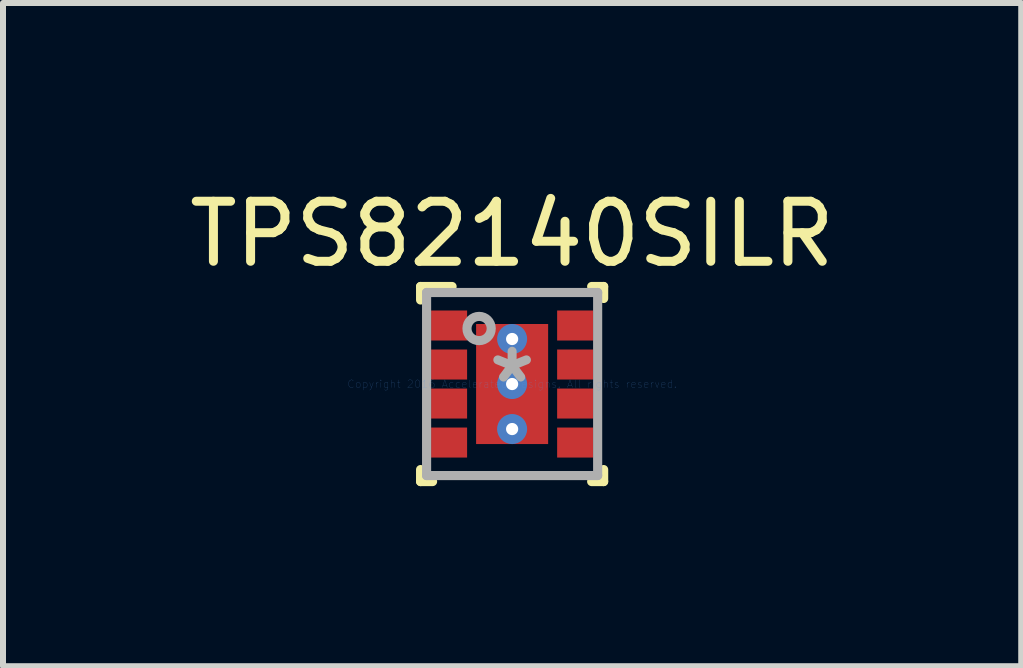
<source format=kicad_pcb>
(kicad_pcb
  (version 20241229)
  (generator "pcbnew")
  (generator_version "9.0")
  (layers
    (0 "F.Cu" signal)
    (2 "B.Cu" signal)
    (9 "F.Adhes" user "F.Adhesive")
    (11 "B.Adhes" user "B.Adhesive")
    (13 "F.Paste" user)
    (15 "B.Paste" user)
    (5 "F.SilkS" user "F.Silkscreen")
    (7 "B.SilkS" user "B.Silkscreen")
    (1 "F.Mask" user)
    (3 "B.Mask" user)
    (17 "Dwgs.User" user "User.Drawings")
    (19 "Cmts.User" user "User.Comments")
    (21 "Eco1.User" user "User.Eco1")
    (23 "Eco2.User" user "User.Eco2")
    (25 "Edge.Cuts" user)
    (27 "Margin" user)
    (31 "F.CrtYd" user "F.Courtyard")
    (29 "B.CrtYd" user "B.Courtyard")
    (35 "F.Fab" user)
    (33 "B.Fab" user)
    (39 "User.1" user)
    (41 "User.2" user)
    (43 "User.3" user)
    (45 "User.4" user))
  (footprint "TPS82140SILR"
    (layer "F.Cu")
    (at 5.482 3.348)
    (property "Reference" "TPS82140SILR" (at 0 -2.5 0) (layer "F.SilkS") (effects (font (size 1 1) (thickness 0.15))))
    (attr through_hole)
    (fp_line (start -1.525 -1.625) (end -1 -1.625) (stroke (width 0.152) (type solid)) (layer "F.SilkS"))
    (fp_line (start -1.525 -1.4) (end -1.525 -1.625) (stroke (width 0.152) (type solid)) (layer "F.SilkS"))
    (fp_line (start -1.525 1.625) (end -1.525 1.425) (stroke (width 0.152) (type solid)) (layer "F.SilkS"))
    (fp_line (start -1.525 1.625) (end -1.325 1.625) (stroke (width 0.152) (type solid)) (layer "F.SilkS"))
    (fp_line (start 1.325 -1.625) (end 1.525 -1.625) (stroke (width 0.152) (type solid)) (layer "F.SilkS"))
    (fp_line (start 1.325 1.625) (end 1.525 1.625) (stroke (width 0.152) (type solid)) (layer "F.SilkS"))
    (fp_line (start 1.525 -1.425) (end 1.525 -1.625) (stroke (width 0.152) (type solid)) (layer "F.SilkS"))
    (fp_line (start 1.525 1.625) (end 1.525 1.425) (stroke (width 0.152) (type solid)) (layer "F.SilkS"))
    (fp_line (start -0.52 -0.899) (end -0.519 -0.909) (stroke (width 0.152) (type solid)) (layer "F.Paste"))
    (fp_line (start -0.52 -0.151) (end -0.52 -0.899) (stroke (width 0.152) (type solid)) (layer "F.Paste"))
    (fp_line (start -0.52 0.151) (end -0.519 0.141) (stroke (width 0.152) (type solid)) (layer "F.Paste"))
    (fp_line (start -0.52 0.899) (end -0.52 0.151) (stroke (width 0.152) (type solid)) (layer "F.Paste"))
    (fp_line (start -0.519 -0.909) (end -0.516 -0.919) (stroke (width 0.152) (type solid)) (layer "F.Paste"))
    (fp_line (start -0.519 -0.141) (end -0.52 -0.151) (stroke (width 0.152) (type solid)) (layer "F.Paste"))
    (fp_line (start -0.519 0.141) (end -0.516 0.131) (stroke (width 0.152) (type solid)) (layer "F.Paste"))
    (fp_line (start -0.519 0.909) (end -0.52 0.899) (stroke (width 0.152) (type solid)) (layer "F.Paste"))
    (fp_line (start -0.516 -0.919) (end -0.511 -0.927) (stroke (width 0.152) (type solid)) (layer "F.Paste"))
    (fp_line (start -0.516 -0.131) (end -0.519 -0.141) (stroke (width 0.152) (type solid)) (layer "F.Paste"))
    (fp_line (start -0.516 0.131) (end -0.511 0.123) (stroke (width 0.152) (type solid)) (layer "F.Paste"))
    (fp_line (start -0.516 0.919) (end -0.519 0.909) (stroke (width 0.152) (type solid)) (layer "F.Paste"))
    (fp_line (start -0.511 -0.927) (end -0.505 -0.935) (stroke (width 0.152) (type solid)) (layer "F.Paste"))
    (fp_line (start -0.511 -0.123) (end -0.516 -0.131) (stroke (width 0.152) (type solid)) (layer "F.Paste"))
    (fp_line (start -0.511 0.123) (end -0.505 0.115) (stroke (width 0.152) (type solid)) (layer "F.Paste"))
    (fp_line (start -0.511 0.927) (end -0.516 0.919) (stroke (width 0.152) (type solid)) (layer "F.Paste"))
    (fp_line (start -0.505 -0.935) (end -0.497 -0.941) (stroke (width 0.152) (type solid)) (layer "F.Paste"))
    (fp_line (start -0.505 -0.115) (end -0.511 -0.123) (stroke (width 0.152) (type solid)) (layer "F.Paste"))
    (fp_line (start -0.505 0.115) (end -0.497 0.109) (stroke (width 0.152) (type solid)) (layer "F.Paste"))
    (fp_line (start -0.505 0.935) (end -0.511 0.927) (stroke (width 0.152) (type solid)) (layer "F.Paste"))
    (fp_line (start -0.497 -0.941) (end -0.489 -0.946) (stroke (width 0.152) (type solid)) (layer "F.Paste"))
    (fp_line (start -0.497 -0.109) (end -0.505 -0.115) (stroke (width 0.152) (type solid)) (layer "F.Paste"))
    (fp_line (start -0.497 0.109) (end -0.489 0.104) (stroke (width 0.152) (type solid)) (layer "F.Paste"))
    (fp_line (start -0.497 0.941) (end -0.505 0.935) (stroke (width 0.152) (type solid)) (layer "F.Paste"))
    (fp_line (start -0.489 -0.946) (end -0.479 -0.949) (stroke (width 0.152) (type solid)) (layer "F.Paste"))
    (fp_line (start -0.489 -0.104) (end -0.497 -0.109) (stroke (width 0.152) (type solid)) (layer "F.Paste"))
    (fp_line (start -0.489 0.104) (end -0.479 0.101) (stroke (width 0.152) (type solid)) (layer "F.Paste"))
    (fp_line (start -0.489 0.946) (end -0.497 0.941) (stroke (width 0.152) (type solid)) (layer "F.Paste"))
    (fp_line (start -0.479 -0.949) (end -0.469 -0.95) (stroke (width 0.152) (type solid)) (layer "F.Paste"))
    (fp_line (start -0.479 -0.101) (end -0.489 -0.104) (stroke (width 0.152) (type solid)) (layer "F.Paste"))
    (fp_line (start -0.479 0.101) (end -0.469 0.1) (stroke (width 0.152) (type solid)) (layer "F.Paste"))
    (fp_line (start -0.479 0.949) (end -0.489 0.946) (stroke (width 0.152) (type solid)) (layer "F.Paste"))
    (fp_line (start -0.469 -0.95) (end 0.469 -0.95) (stroke (width 0.152) (type solid)) (layer "F.Paste"))
    (fp_line (start -0.469 -0.1) (end -0.479 -0.101) (stroke (width 0.152) (type solid)) (layer "F.Paste"))
    (fp_line (start -0.469 0.1) (end 0.469 0.1) (stroke (width 0.152) (type solid)) (layer "F.Paste"))
    (fp_line (start -0.469 0.95) (end -0.479 0.949) (stroke (width 0.152) (type solid)) (layer "F.Paste"))
    (fp_line (start 0.469 -0.95) (end 0.479 -0.949) (stroke (width 0.152) (type solid)) (layer "F.Paste"))
    (fp_line (start 0.469 -0.1) (end -0.469 -0.1) (stroke (width 0.152) (type solid)) (layer "F.Paste"))
    (fp_line (start 0.469 0.1) (end 0.479 0.101) (stroke (width 0.152) (type solid)) (layer "F.Paste"))
    (fp_line (start 0.469 0.95) (end -0.469 0.95) (stroke (width 0.152) (type solid)) (layer "F.Paste"))
    (fp_line (start 0.479 -0.949) (end 0.489 -0.946) (stroke (width 0.152) (type solid)) (layer "F.Paste"))
    (fp_line (start 0.479 -0.101) (end 0.469 -0.1) (stroke (width 0.152) (type solid)) (layer "F.Paste"))
    (fp_line (start 0.479 0.101) (end 0.489 0.104) (stroke (width 0.152) (type solid)) (layer "F.Paste"))
    (fp_line (start 0.479 0.949) (end 0.469 0.95) (stroke (width 0.152) (type solid)) (layer "F.Paste"))
    (fp_line (start 0.489 -0.946) (end 0.497 -0.941) (stroke (width 0.152) (type solid)) (layer "F.Paste"))
    (fp_line (start 0.489 -0.104) (end 0.479 -0.101) (stroke (width 0.152) (type solid)) (layer "F.Paste"))
    (fp_line (start 0.489 0.104) (end 0.497 0.109) (stroke (width 0.152) (type solid)) (layer "F.Paste"))
    (fp_line (start 0.489 0.946) (end 0.479 0.949) (stroke (width 0.152) (type solid)) (layer "F.Paste"))
    (fp_line (start 0.497 -0.941) (end 0.505 -0.935) (stroke (width 0.152) (type solid)) (layer "F.Paste"))
    (fp_line (start 0.497 -0.109) (end 0.489 -0.104) (stroke (width 0.152) (type solid)) (layer "F.Paste"))
    (fp_line (start 0.497 0.109) (end 0.505 0.115) (stroke (width 0.152) (type solid)) (layer "F.Paste"))
    (fp_line (start 0.497 0.941) (end 0.489 0.946) (stroke (width 0.152) (type solid)) (layer "F.Paste"))
    (fp_line (start 0.505 -0.935) (end 0.511 -0.927) (stroke (width 0.152) (type solid)) (layer "F.Paste"))
    (fp_line (start 0.505 -0.115) (end 0.497 -0.109) (stroke (width 0.152) (type solid)) (layer "F.Paste"))
    (fp_line (start 0.505 0.115) (end 0.511 0.123) (stroke (width 0.152) (type solid)) (layer "F.Paste"))
    (fp_line (start 0.505 0.935) (end 0.497 0.941) (stroke (width 0.152) (type solid)) (layer "F.Paste"))
    (fp_line (start 0.511 -0.927) (end 0.516 -0.919) (stroke (width 0.152) (type solid)) (layer "F.Paste"))
    (fp_line (start 0.511 -0.123) (end 0.505 -0.115) (stroke (width 0.152) (type solid)) (layer "F.Paste"))
    (fp_line (start 0.511 0.123) (end 0.516 0.131) (stroke (width 0.152) (type solid)) (layer "F.Paste"))
    (fp_line (start 0.511 0.927) (end 0.505 0.935) (stroke (width 0.152) (type solid)) (layer "F.Paste"))
    (fp_line (start 0.516 -0.919) (end 0.519 -0.909) (stroke (width 0.152) (type solid)) (layer "F.Paste"))
    (fp_line (start 0.516 -0.131) (end 0.511 -0.123) (stroke (width 0.152) (type solid)) (layer "F.Paste"))
    (fp_line (start 0.516 0.131) (end 0.519 0.141) (stroke (width 0.152) (type solid)) (layer "F.Paste"))
    (fp_line (start 0.516 0.919) (end 0.511 0.927) (stroke (width 0.152) (type solid)) (layer "F.Paste"))
    (fp_line (start 0.519 -0.909) (end 0.52 -0.899) (stroke (width 0.152) (type solid)) (layer "F.Paste"))
    (fp_line (start 0.519 -0.141) (end 0.516 -0.131) (stroke (width 0.152) (type solid)) (layer "F.Paste"))
    (fp_line (start 0.519 0.141) (end 0.52 0.151) (stroke (width 0.152) (type solid)) (layer "F.Paste"))
    (fp_line (start 0.519 0.909) (end 0.516 0.919) (stroke (width 0.152) (type solid)) (layer "F.Paste"))
    (fp_line (start 0.52 -0.899) (end 0.52 -0.151) (stroke (width 0.152) (type solid)) (layer "F.Paste"))
    (fp_line (start 0.52 -0.151) (end 0.519 -0.141) (stroke (width 0.152) (type solid)) (layer "F.Paste"))
    (fp_line (start 0.52 0.151) (end 0.52 0.899) (stroke (width 0.152) (type solid)) (layer "F.Paste"))
    (fp_line (start 0.52 0.899) (end 0.519 0.909) (stroke (width 0.152) (type solid)) (layer "F.Paste"))
    (fp_line (start -1.425 -1.525) (end 1.425 -1.525) (stroke (width 0.152) (type solid)) (layer "F.Fab"))
    (fp_line (start -1.425 1.525) (end -1.425 -1.525) (stroke (width 0.152) (type solid)) (layer "F.Fab"))
    (fp_line (start -1.425 1.525) (end 1.425 1.525) (stroke (width 0.152) (type solid)) (layer "F.Fab"))
    (fp_line (start 1.425 1.525) (end 1.425 -1.525) (stroke (width 0.152) (type solid)) (layer "F.Fab"))
    (fp_circle (center -0.55 -0.925) (end -0.348 -0.925) (stroke (width 0.152) (type solid)) (fill no) (layer "F.Fab"))
    (fp_text user "Copyright 2016 Accelerated Designs. All rights reserved." (at 0 0 0) (layer "Cmts.User") (effects (font (size 0.127 0.127) (thickness 0.002))))
    (fp_text user "*" (at 0 0 0) (layer "F.Fab") (effects (font (size 1 1) (thickness 0.15))))
    (pad "1" smd rect (at -1.05 -0.975) (size 0.6 0.5) (layers "F.Cu" "F.Mask" "F.Paste"))
    (pad "2" smd rect (at -1.05 -0.325) (size 0.6 0.5) (layers "F.Cu" "F.Mask" "F.Paste"))
    (pad "3" smd rect (at -1.05 0.325) (size 0.6 0.5) (layers "F.Cu" "F.Mask" "F.Paste"))
    (pad "4" smd rect (at -1.05 0.975) (size 0.6 0.5) (layers "F.Cu" "F.Mask" "F.Paste"))
    (pad "5" smd rect (at 1.05 0.975) (size 0.6 0.5) (layers "F.Cu" "F.Mask" "F.Paste"))
    (pad "6" smd rect (at 1.05 0.325) (size 0.6 0.5) (layers "F.Cu" "F.Mask" "F.Paste"))
    (pad "7" smd rect (at 1.05 -0.325) (size 0.6 0.5) (layers "F.Cu" "F.Mask" "F.Paste"))
    (pad "8" smd rect (at 1.05 -0.975) (size 0.6 0.5) (layers "F.Cu" "F.Mask" "F.Paste"))
    (pad "9" smd rect (at 0 0) (size 1.2 2) (layers "F.Cu" "F.Mask" "F.Paste"))
    (pad "V" thru_hole circle (at 0 -0.75) (size 0.5 0.5) (drill 0.203) (layers "*.Cu" "*.Mask"))
    (pad "V" thru_hole circle (at 0 0) (size 0.5 0.5) (drill 0.203) (layers "*.Cu" "*.Mask"))
    (pad "V" thru_hole circle (at 0 0.75) (size 0.5 0.5) (drill 0.203) (layers "*.Cu" "*.Mask")))
  (gr_rect
    (start -3 -3)
    (end 13.964 8.049)
    (stroke (width 0.1) (type default))
    (fill no)
    (layer "Edge.Cuts")))
</source>
